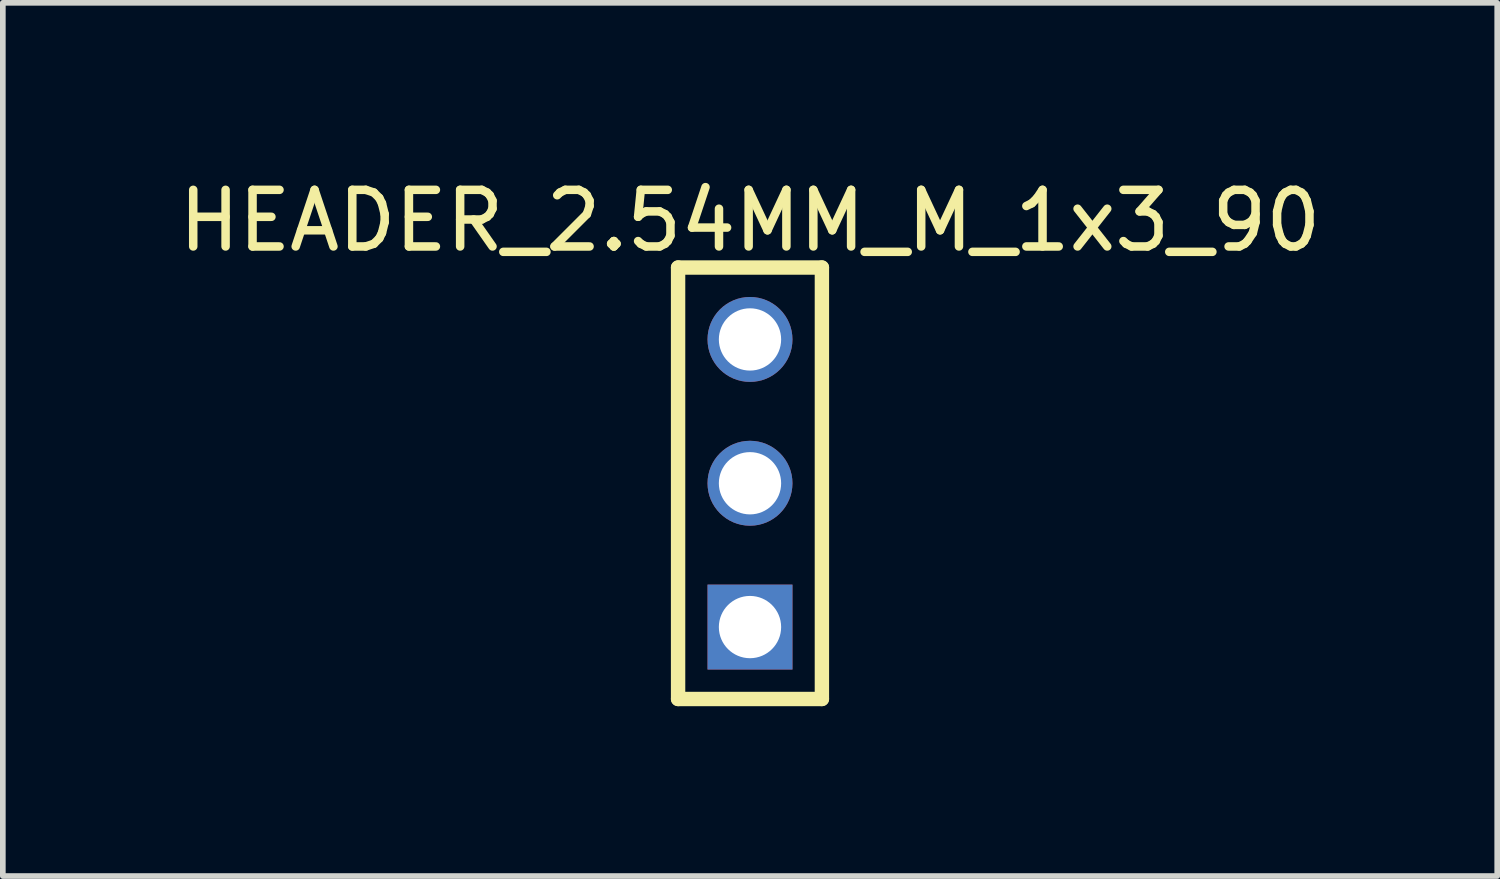
<source format=kicad_pcb>
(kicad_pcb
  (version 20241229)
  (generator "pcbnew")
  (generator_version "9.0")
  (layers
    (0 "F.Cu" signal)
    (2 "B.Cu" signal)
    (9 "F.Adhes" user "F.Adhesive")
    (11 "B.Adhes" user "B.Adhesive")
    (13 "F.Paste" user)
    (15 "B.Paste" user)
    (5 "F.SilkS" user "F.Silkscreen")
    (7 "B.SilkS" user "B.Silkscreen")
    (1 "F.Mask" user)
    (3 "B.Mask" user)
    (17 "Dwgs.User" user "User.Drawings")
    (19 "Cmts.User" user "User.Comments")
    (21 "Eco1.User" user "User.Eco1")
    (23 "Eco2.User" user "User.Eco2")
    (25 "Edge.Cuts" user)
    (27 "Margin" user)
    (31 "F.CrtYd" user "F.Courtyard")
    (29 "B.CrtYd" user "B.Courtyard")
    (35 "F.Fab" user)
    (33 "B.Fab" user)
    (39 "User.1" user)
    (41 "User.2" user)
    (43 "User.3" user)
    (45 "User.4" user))
  (footprint "HEADER_2.54MM_M_1x3_90"
    (layer "F.Cu")
    (at 10.196 5.485)
    (property "Reference" "HEADER_2.54MM_M_1x3_90" (at 0 -4.637 0) (layer "F.SilkS") (effects (font (size 1 1) (thickness 0.15))))
    (fp_line (start -1.27 -3.81) (end 1.27 -3.81) (stroke (width 0.254) (type solid)) (layer "F.SilkS"))
    (fp_line (start -1.27 3.81) (end -1.27 -3.81) (stroke (width 0.254) (type solid)) (layer "F.SilkS"))
    (fp_line (start -1.27 3.81) (end 1.27 3.81) (stroke (width 0.254) (type solid)) (layer "F.SilkS"))
    (fp_line (start 1.27 3.81) (end 1.27 -3.81) (stroke (width 0.254) (type solid)) (layer "F.SilkS"))
    (pad "1" thru_hole rect (at 0 2.54) (size 1.5 1.5) (drill 1.1) (layers "*.Cu" "*.Mask"))
    (pad "2" thru_hole circle (at 0 0) (size 1.5 1.5) (drill 1.1) (layers "*.Cu" "*.Mask"))
    (pad "3" thru_hole circle (at 0 -2.54) (size 1.5 1.5) (drill 1.1) (layers "*.Cu" "*.Mask")))
  (gr_rect
    (start -3 -3)
    (end 23.393 12.422)
    (stroke (width 0.1) (type default))
    (fill no)
    (layer "Edge.Cuts")))
</source>
